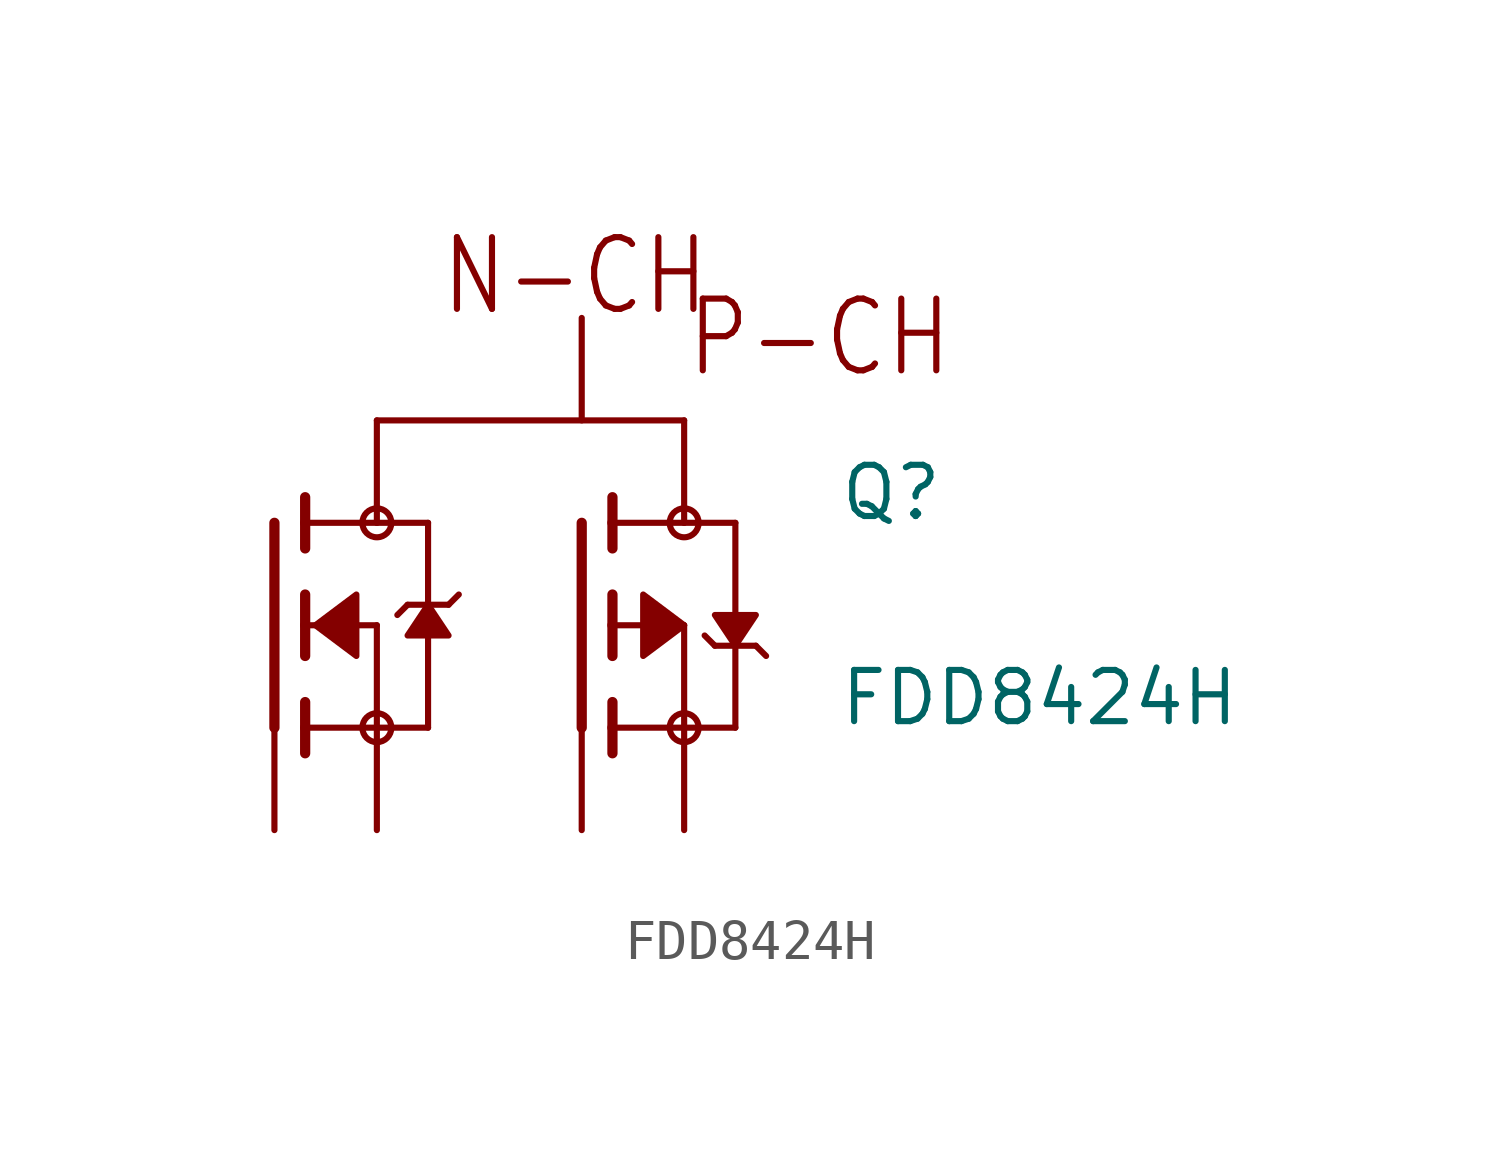
<source format=kicad_sym>
(kicad_symbol_lib
  (version 20211014)
  (generator kicad_symbol_editor)
  (symbol "FDD8424H"
    (pin_numbers hide)
    (pin_names hide)
    (property "Reference" "Q"
      (at 8.906 2.545 0)
      (effects (font (size 1.27 1.27)) (justify left bottom)))
    (property "Value" "FDD8424H"
      (at 8.892 -2.541 0)
      (effects (font (size 1.27 1.27)) (justify left bottom)))
    (property "Datasheet" ""
      (at 0 0 0))
    (property "ki_description" "MOSFET 40V Dual N & P-Ch PowerTrench MOSFET "
      (at 0 0 0))
    (property "ki_fp_filters" "FlashPCB_Transistors:DPAK114P990X239-6N"
      (at 0 0 0))
    (symbol "FDD8424H_1_1"
      (text "N-CH" (at -1.016 7.62 0) (effects (font (size 1.778 1.52)) (justify left bottom)))
      (text "P-CH" (at 5.08 6.096 0) (effects (font (size 1.778 1.52)) (justify left bottom)))
      (polyline (pts (xy -1.27 0.508) (xy -1.778 -0.254) (xy -0.762 -0.254) (xy -1.27 0.508)) (stroke (width 0.152) (type default)) (fill (type outline)))
      (polyline (pts (xy -4.064 0) (xy -3.048 0.762) (xy -3.048 -0.762) (xy -4.064 0)) (stroke (width 0.152) (type default)) (fill (type outline)))
      (polyline (pts (xy 6.35 -0.508) (xy 5.842 0.254) (xy 6.858 0.254) (xy 6.35 -0.508)) (stroke (width 0.152) (type default)) (fill (type outline)))
      (polyline (pts (xy 5.08 0) (xy 4.064 0.762) (xy 4.064 -0.762) (xy 5.08 0)) (stroke (width 0.152) (type default)) (fill (type outline)))
      (polyline (pts (xy -4.318 0.762) (xy -4.318 0)) (stroke (width 0.254)) (fill (type none)))
      (polyline (pts (xy -4.318 0) (xy -4.318 -0.762)) (stroke (width 0.254)) (fill (type none)))
      (polyline (pts (xy -4.318 3.175) (xy -4.318 2.54)) (stroke (width 0.254)) (fill (type none)))
      (polyline (pts (xy -4.318 2.54) (xy -4.318 1.905)) (stroke (width 0.254)) (fill (type none)))
      (polyline (pts (xy -4.318 0) (xy -2.54 0)) (stroke (width 0.152)) (fill (type none)))
      (polyline (pts (xy -2.54 0) (xy -2.54 -2.54)) (stroke (width 0.152)) (fill (type none)))
      (polyline (pts (xy -4.318 -1.905) (xy -4.318 -2.54)) (stroke (width 0.254)) (fill (type none)))
      (polyline (pts (xy -4.318 -2.54) (xy -4.318 -3.175)) (stroke (width 0.254)) (fill (type none)))
      (polyline (pts (xy -5.08 2.54) (xy -5.08 -2.54)) (stroke (width 0.254)) (fill (type none)))
      (polyline (pts (xy -2.54 -2.54) (xy -4.318 -2.54)) (stroke (width 0.152)) (fill (type none)))
      (polyline (pts (xy -1.27 2.54) (xy -1.27 0.508)) (stroke (width 0.152)) (fill (type none)))
      (polyline (pts (xy -1.27 0.508) (xy -1.27 -2.54)) (stroke (width 0.152)) (fill (type none)))
      (polyline (pts (xy -2.54 -2.54) (xy -1.27 -2.54)) (stroke (width 0.152)) (fill (type none)))
      (polyline (pts (xy -4.318 2.54) (xy -2.54 2.54)) (stroke (width 0.152)) (fill (type none)))
      (polyline (pts (xy -2.54 2.54) (xy -1.27 2.54)) (stroke (width 0.152)) (fill (type none)))
      (polyline (pts (xy -0.508 0.762) (xy -0.762 0.508)) (stroke (width 0.152)) (fill (type none)))
      (polyline (pts (xy -0.762 0.508) (xy -1.27 0.508)) (stroke (width 0.152)) (fill (type none)))
      (polyline (pts (xy -1.27 0.508) (xy -1.778 0.508)) (stroke (width 0.152)) (fill (type none)))
      (polyline (pts (xy -1.778 0.508) (xy -2.032 0.254)) (stroke (width 0.152)) (fill (type none)))
      (polyline (pts (xy 3.302 -0.762) (xy 3.302 0)) (stroke (width 0.254)) (fill (type none)))
      (polyline (pts (xy 3.302 0) (xy 3.302 0.762)) (stroke (width 0.254)) (fill (type none)))
      (polyline (pts (xy 3.302 -3.175) (xy 3.302 -2.54)) (stroke (width 0.254)) (fill (type none)))
      (polyline (pts (xy 3.302 -2.54) (xy 3.302 -1.905)) (stroke (width 0.254)) (fill (type none)))
      (polyline (pts (xy 3.302 0) (xy 5.08 0)) (stroke (width 0.152)) (fill (type none)))
      (polyline (pts (xy 3.302 1.905) (xy 3.302 2.54)) (stroke (width 0.254)) (fill (type none)))
      (polyline (pts (xy 3.302 2.54) (xy 3.302 3.175)) (stroke (width 0.254)) (fill (type none)))
      (polyline (pts (xy 2.54 -2.54) (xy 2.54 2.54)) (stroke (width 0.254)) (fill (type none)))
      (polyline (pts (xy 5.08 2.54) (xy 3.302 2.54)) (stroke (width 0.152)) (fill (type none)))
      (polyline (pts (xy 6.35 2.54) (xy 6.35 -0.508)) (stroke (width 0.152)) (fill (type none)))
      (polyline (pts (xy 6.35 -0.508) (xy 6.35 -2.54)) (stroke (width 0.152)) (fill (type none)))
      (polyline (pts (xy 3.302 -2.54) (xy 5.08 -2.54)) (stroke (width 0.152)) (fill (type none)))
      (polyline (pts (xy 7.112 -0.762) (xy 6.858 -0.508)) (stroke (width 0.152)) (fill (type none)))
      (polyline (pts (xy 6.858 -0.508) (xy 6.35 -0.508)) (stroke (width 0.152)) (fill (type none)))
      (polyline (pts (xy 6.35 -0.508) (xy 5.842 -0.508)) (stroke (width 0.152)) (fill (type none)))
      (polyline (pts (xy 5.842 -0.508) (xy 5.588 -0.254)) (stroke (width 0.152)) (fill (type none)))
      (polyline (pts (xy -2.54 2.54) (xy -2.54 5.08)) (stroke (width 0.152)) (fill (type none)))
      (polyline (pts (xy -2.54 5.08) (xy 5.08 5.08)) (stroke (width 0.152)) (fill (type none)))
      (polyline (pts (xy 5.08 5.08) (xy 5.08 2.54)) (stroke (width 0.152)) (fill (type none)))
      (polyline (pts (xy 5.08 0) (xy 5.08 -2.54)) (stroke (width 0.152)) (fill (type none)))
      (polyline (pts (xy 6.35 2.54) (xy 5.08 2.54)) (stroke (width 0.152)) (fill (type none)))
      (polyline (pts (xy 6.35 -2.54) (xy 5.08 -2.54)) (stroke (width 0.152)) (fill (type none)))
      (circle (center -2.54 -2.54) (radius 0.359) (stroke (width 0) (type default)) (fill (type none)))
      (circle (center -2.54 2.54) (radius 0.359) (stroke (width 0) (type default)) (fill (type none)))
      (circle (center 5.08 2.54) (radius 0.359) (stroke (width 0) (type default)) (fill (type none)))
      (circle (center 5.08 -2.54) (radius 0.359) (stroke (width 0) (type default)) (fill (type none)))
      (pin passive line (at 2.54 7.62 270) (length 2.54) (name "D1/D2" (effects (font (size 0 0)))) (number "6" (effects (font (size 0 0)))))
      (pin passive line (at -5.08 -5.08 90) (length 2.54) (name "G1" (effects (font (size 0 0)))) (number "2" (effects (font (size 0 0)))))
      (pin passive line (at 2.54 -5.08 90) (length 2.54) (name "G2" (effects (font (size 0 0)))) (number "5" (effects (font (size 0 0)))))
      (pin passive line (at -2.54 -5.08 90) (length 2.54) (name "S1" (effects (font (size 0 0)))) (number "1" (effects (font (size 0 0)))))
      (pin passive line (at 5.08 -5.08 90) (length 2.54) (name "S2" (effects (font (size 0 0)))) (number "4" (effects (font (size 0 0))))))))
</source>
